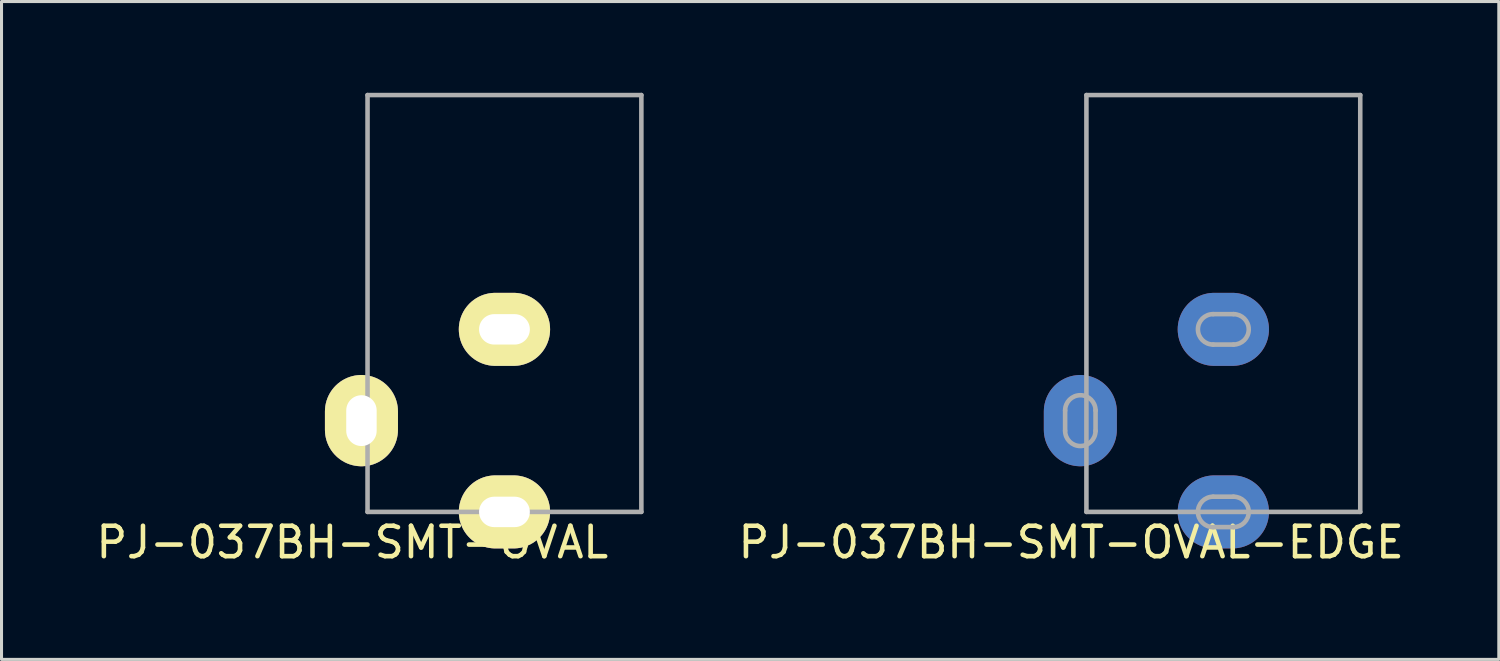
<source format=kicad_pcb>
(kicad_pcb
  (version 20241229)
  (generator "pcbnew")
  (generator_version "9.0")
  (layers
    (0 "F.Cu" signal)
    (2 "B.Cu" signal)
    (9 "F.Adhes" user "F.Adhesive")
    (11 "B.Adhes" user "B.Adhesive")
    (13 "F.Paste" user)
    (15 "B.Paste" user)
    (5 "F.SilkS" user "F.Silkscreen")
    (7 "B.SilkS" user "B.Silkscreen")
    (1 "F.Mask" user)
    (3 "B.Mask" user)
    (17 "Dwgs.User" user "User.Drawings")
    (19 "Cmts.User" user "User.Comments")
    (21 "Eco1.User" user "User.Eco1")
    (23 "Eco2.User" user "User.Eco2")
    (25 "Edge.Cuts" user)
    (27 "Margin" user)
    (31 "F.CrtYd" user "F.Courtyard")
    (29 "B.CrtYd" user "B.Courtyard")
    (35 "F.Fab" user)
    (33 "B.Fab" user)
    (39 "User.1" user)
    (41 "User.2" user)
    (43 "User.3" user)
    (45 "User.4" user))
  (footprint "PJ-037BH-SMT-OVAL"
    (layer "F.Cu")
    (at 13.53 10.775)
    (property "Reference" "PJ-037BH-SMT-OVAL" (at -5 4 0) (layer "F.SilkS") (effects (font (size 1 1) (thickness 0.15))))
    (attr through_hole)
    (fp_line (start -4.5 -10.7) (end -4.5 3) (stroke (width 0.15) (type solid)) (layer "F.Fab"))
    (fp_line (start -4.5 -10.7) (end 4.5 -10.7) (stroke (width 0.15) (type solid)) (layer "F.Fab"))
    (fp_line (start -4.5 3) (end 4.5 3) (stroke (width 0.15) (type solid)) (layer "F.Fab"))
    (fp_line (start 4.5 -10.7) (end 4.5 3) (stroke (width 0.15) (type solid)) (layer "F.Fab"))
    (pad "1" thru_hole oval (at 0 3) (size 3 2.4) (drill oval 1.67 1) (layers "*.Cu" "*.Mask" "F.SilkS"))
    (pad "2" thru_hole oval (at 0 -3) (size 3 2.4) (drill oval 1.67 1) (layers "*.Cu" "*.Mask" "F.SilkS"))
    (pad "3" thru_hole oval (at -4.7 0) (size 2.4 3) (drill oval 1 1.67) (layers "*.Cu" "*.Mask" "F.SilkS")))
  (footprint "PJ-037BH-SMT-OVAL-EDGE"
    (layer "F.Cu")
    (at 37.158 10.775)
    (property "Reference" "PJ-037BH-SMT-OVAL-EDGE" (at -5 4 0) (layer "F.SilkS") (effects (font (size 1 1) (thickness 0.15))))
    (attr through_hole)
    (fp_line (start -5.2 0.335) (end -5.2 -0.335) (stroke (width 0.15) (type solid)) (layer "F.Fab"))
    (fp_line (start -4.5 -10.7) (end -4.5 3) (stroke (width 0.15) (type solid)) (layer "F.Fab"))
    (fp_line (start -4.5 -10.7) (end 4.5 -10.7) (stroke (width 0.15) (type solid)) (layer "F.Fab"))
    (fp_line (start -4.5 3) (end 4.5 3) (stroke (width 0.15) (type solid)) (layer "F.Fab"))
    (fp_line (start -4.2 -0.335) (end -4.2 0.335) (stroke (width 0.15) (type solid)) (layer "F.Fab"))
    (fp_line (start -0.335 -3.5) (end 0.335 -3.5) (stroke (width 0.15) (type solid)) (layer "F.Fab"))
    (fp_line (start -0.335 2.5) (end 0.335 2.5) (stroke (width 0.15) (type solid)) (layer "F.Fab"))
    (fp_line (start 0.335 -2.5) (end -0.335 -2.5) (stroke (width 0.15) (type solid)) (layer "F.Fab"))
    (fp_line (start 0.335 3.5) (end -0.335 3.5) (stroke (width 0.15) (type solid)) (layer "F.Fab"))
    (fp_line (start 4.5 -10.7) (end 4.5 3) (stroke (width 0.15) (type solid)) (layer "F.Fab"))
    (fp_arc (start -5.2 -0.335) (mid -4.7 -0.835) (end -4.2 -0.335) (stroke (width 0.15) (type solid)) (layer "F.Fab"))
    (fp_arc (start -4.2 0.335) (mid -4.7 0.835) (end -5.2 0.335) (stroke (width 0.15) (type solid)) (layer "F.Fab"))
    (fp_arc (start -0.335 -2.5) (mid -0.835 -3) (end -0.335 -3.5) (stroke (width 0.15) (type solid)) (layer "F.Fab"))
    (fp_arc (start -0.335 3.5) (mid -0.835 3) (end -0.335 2.5) (stroke (width 0.15) (type solid)) (layer "F.Fab"))
    (fp_arc (start 0.335 -3.5) (mid 0.835 -3) (end 0.335 -2.5) (stroke (width 0.15) (type solid)) (layer "F.Fab"))
    (fp_arc (start 0.335 2.5) (mid 0.835 3) (end 0.335 3.5) (stroke (width 0.15) (type solid)) (layer "F.Fab"))
    (pad "1" smd oval (at 0 3) (size 3 2.4) (layers "F.Cu" "F.Mask" "F.Paste"))
    (pad "1" smd oval (at 0 3) (size 3 2.4) (layers "B.Cu" "B.Mask"))
    (pad "2" smd oval (at 0 -3) (size 3 2.4) (layers "F.Cu" "F.Mask" "F.Paste"))
    (pad "2" smd oval (at 0 -3) (size 3 2.4) (layers "B.Cu" "B.Mask"))
    (pad "3" smd oval (at -4.7 0) (size 2.4 3) (layers "F.Cu" "F.Mask" "F.Paste"))
    (pad "3" smd oval (at -4.7 0) (size 2.4 3) (layers "B.Cu" "B.Mask")))
  (gr_rect
    (start -3 -3)
    (end 46.212 18.623)
    (stroke (width 0.1) (type default))
    (fill no)
    (layer "Edge.Cuts")))
</source>
